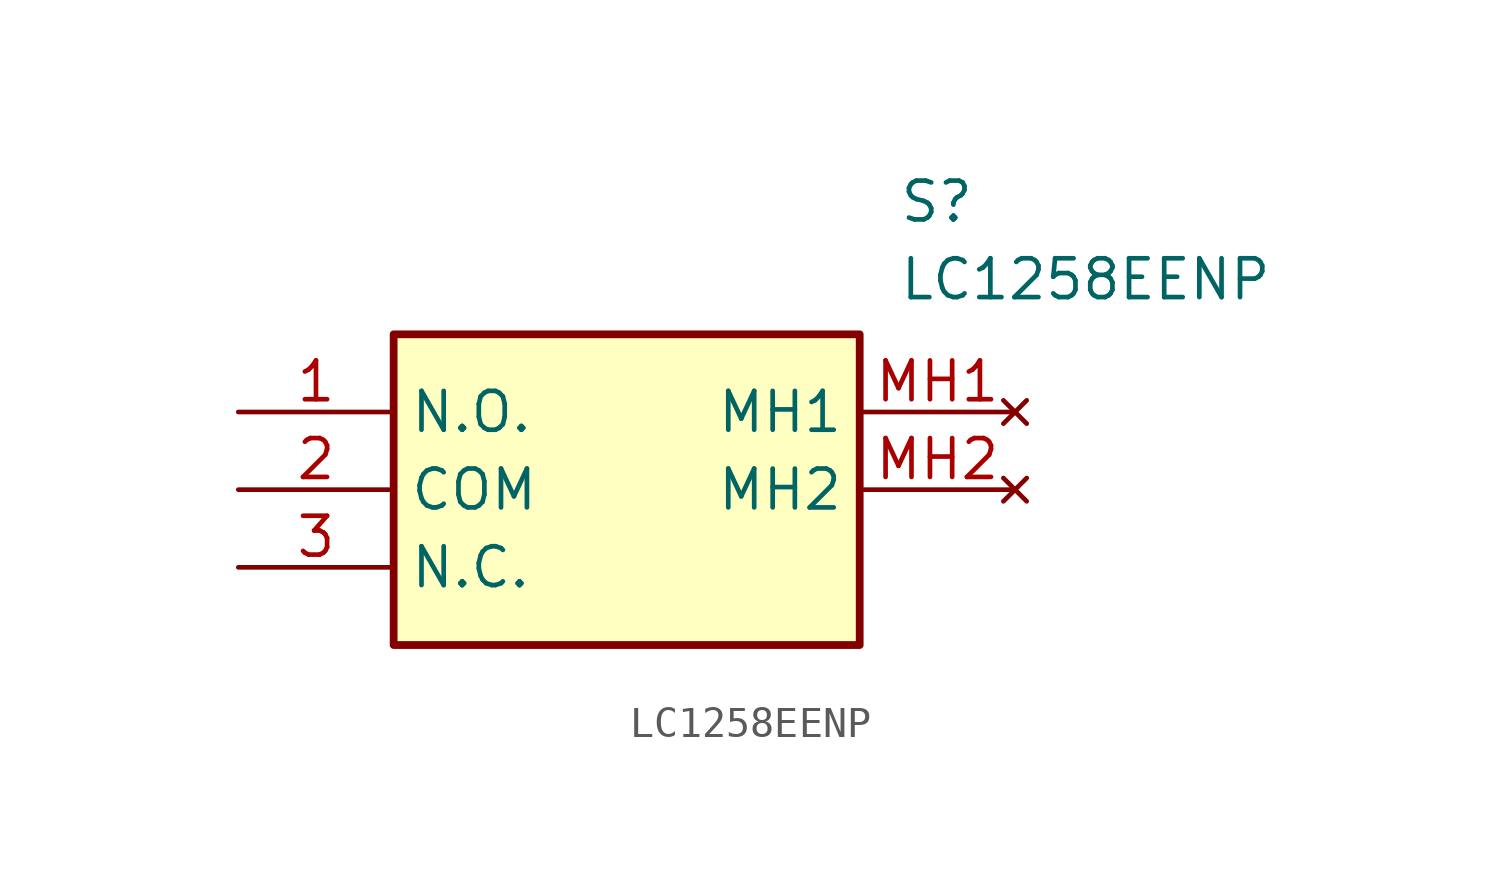
<source format=kicad_sym>
(kicad_symbol_lib
  (version 20231120)
  (generator "kicad_symbol_editor")
  (generator_version "8.0")
  (symbol "LC1258EENP"
    (property "Reference" "S"
      (at 21.59 7.62 0)
      (effects (font (size 1.27 1.27)) (justify left top)))
    (property "Value" "LC1258EENP"
      (at 21.59 5.08 0)
      (effects (font (size 1.27 1.27)) (justify left top)))
    (symbol "LC1258EENP_1_1"
      (rectangle (start 5.08 2.54) (end 20.32 -7.62) (stroke (width 0.254) (type default)) (fill (type background)))
      (pin passive line (at 0 0 0) (length 5.08) (name "N.O." (effects (font (size 1.27 1.27)))) (number "1" (effects (font (size 1.27 1.27)))))
      (pin passive line (at 0 -2.54 0) (length 5.08) (name "COM" (effects (font (size 1.27 1.27)))) (number "2" (effects (font (size 1.27 1.27)))))
      (pin passive line (at 0 -5.08 0) (length 5.08) (name "N.C." (effects (font (size 1.27 1.27)))) (number "3" (effects (font (size 1.27 1.27)))))
      (pin no_connect line (at 25.4 0 180) (length 5.08) (name "MH1" (effects (font (size 1.27 1.27)))) (number "MH1" (effects (font (size 1.27 1.27)))))
      (pin no_connect line (at 25.4 -2.54 180) (length 5.08) (name "MH2" (effects (font (size 1.27 1.27)))) (number "MH2" (effects (font (size 1.27 1.27))))))))
</source>
